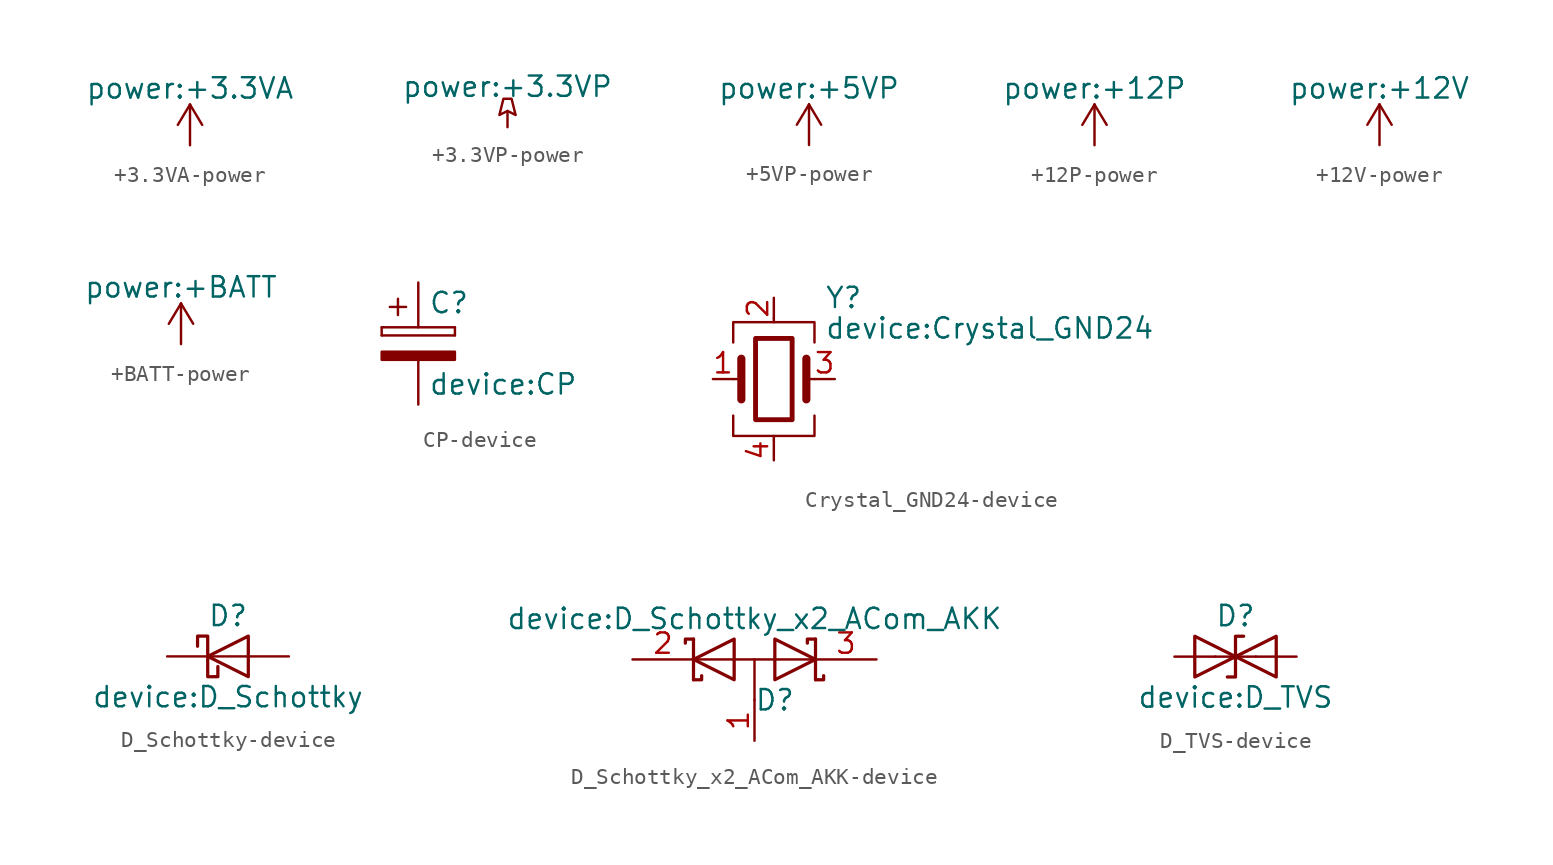
<source format=kicad_sym>
(kicad_symbol_lib
  (version 20241209)
  (generator "kicad_symbol_editor")
  (generator_version "9.0")
  (symbol "+3.3VA-power"
    (power)
    (pin_names
      (offset 0))
    (property "Reference" "#PWR"
      (at 0 -3.81 0)
      (effects (font (size 1.27 1.27)) (hide yes)))
    (property "Value" "power:+3.3VA"
      (at 0 3.556 0)
      (effects (font (size 1.27 1.27))))
    (symbol "+3.3VA-power_0_1"
      (polyline (pts (xy -0.762 1.27) (xy 0 2.54)) (stroke (width 0) (type solid)) (fill (type none)))
      (polyline (pts (xy 0 2.54) (xy 0.762 1.27)) (stroke (width 0) (type solid)) (fill (type none)))
      (polyline (pts (xy 0 0) (xy 0 2.54)) (stroke (width 0) (type solid)) (fill (type none))))
    (symbol "+3.3VA-power_1_1"
      (pin power_in line (at 0 0 90) (length 0) (hide yes) (name "+3.3VA" (effects (font (size 1.27 1.27)))) (number "1" (effects (font (size 1.27 1.27)))))))
  (symbol "+3.3VP-power"
    (power)
    (pin_names
      (offset 0))
    (property "Reference" "#PWR"
      (at 3.81 -1.27 0)
      (effects (font (size 1.27 1.27)) (hide yes)))
    (property "Value" "power:+3.3VP"
      (at 0 2.54 0)
      (effects (font (size 1.27 1.27))))
    (symbol "+3.3VP-power_0_0"
      (pin power_in line (at 0 0 90) (length 0) (hide yes) (name "+3.3VP" (effects (font (size 1.27 1.27)))) (number "1" (effects (font (size 1.27 1.27))))))
    (symbol "+3.3VP-power_0_1"
      (polyline (pts (xy 0 0) (xy 0 1.016) (xy 0 1.016)) (stroke (width 0) (type solid)) (fill (type none)))
      (polyline (pts (xy 0.508 0.762) (xy 0 1.016) (xy -0.508 0.762) (xy -0.254 1.778) (xy 0.254 1.778) (xy 0.508 0.762) (xy 0.508 0.762)) (stroke (width 0) (type solid)) (fill (type none)))))
  (symbol "+5VP-power"
    (power)
    (pin_names
      (offset 0))
    (property "Reference" "#PWR"
      (at 0 -3.81 0)
      (effects (font (size 1.27 1.27)) (hide yes)))
    (property "Value" "power:+5VP"
      (at 0 3.556 0)
      (effects (font (size 1.27 1.27))))
    (symbol "+5VP-power_0_1"
      (polyline (pts (xy -0.762 1.27) (xy 0 2.54)) (stroke (width 0) (type solid)) (fill (type none)))
      (polyline (pts (xy 0 2.54) (xy 0.762 1.27)) (stroke (width 0) (type solid)) (fill (type none)))
      (polyline (pts (xy 0 0) (xy 0 2.54)) (stroke (width 0) (type solid)) (fill (type none))))
    (symbol "+5VP-power_1_1"
      (pin power_in line (at 0 0 90) (length 0) (hide yes) (name "+5VP" (effects (font (size 1.27 1.27)))) (number "1" (effects (font (size 1.27 1.27)))))))
  (symbol "+12P-power"
    (power)
    (pin_names
      (offset 0))
    (property "Reference" "#PWR"
      (at 0 -3.81 0)
      (effects (font (size 1.27 1.27)) (hide yes)))
    (property "Value" "power:+12P"
      (at 0 3.556 0)
      (effects (font (size 1.27 1.27))))
    (symbol "+12P-power_0_1"
      (polyline (pts (xy -0.762 1.27) (xy 0 2.54)) (stroke (width 0) (type solid)) (fill (type none)))
      (polyline (pts (xy 0 2.54) (xy 0.762 1.27)) (stroke (width 0) (type solid)) (fill (type none)))
      (polyline (pts (xy 0 0) (xy 0 2.54)) (stroke (width 0) (type solid)) (fill (type none))))
    (symbol "+12P-power_1_1"
      (pin power_in line (at 0 0 90) (length 0) (hide yes) (name "+12P" (effects (font (size 1.27 1.27)))) (number "1" (effects (font (size 1.27 1.27)))))))
  (symbol "+12V-power"
    (power)
    (pin_names
      (offset 0))
    (property "Reference" "#PWR"
      (at 0 -3.81 0)
      (effects (font (size 1.27 1.27)) (hide yes)))
    (property "Value" "power:+12V"
      (at 0 3.556 0)
      (effects (font (size 1.27 1.27))))
    (symbol "+12V-power_0_1"
      (polyline (pts (xy -0.762 1.27) (xy 0 2.54)) (stroke (width 0) (type solid)) (fill (type none)))
      (polyline (pts (xy 0 2.54) (xy 0.762 1.27)) (stroke (width 0) (type solid)) (fill (type none)))
      (polyline (pts (xy 0 0) (xy 0 2.54)) (stroke (width 0) (type solid)) (fill (type none))))
    (symbol "+12V-power_1_1"
      (pin power_in line (at 0 0 90) (length 0) (hide yes) (name "+12V" (effects (font (size 1.27 1.27)))) (number "1" (effects (font (size 1.27 1.27)))))))
  (symbol "+BATT-power"
    (power)
    (pin_names
      (offset 0))
    (property "Reference" "#PWR"
      (at 0 -3.81 0)
      (effects (font (size 1.27 1.27)) (hide yes)))
    (property "Value" "power:+BATT"
      (at 0 3.556 0)
      (effects (font (size 1.27 1.27))))
    (symbol "+BATT-power_0_1"
      (polyline (pts (xy -0.762 1.27) (xy 0 2.54)) (stroke (width 0) (type solid)) (fill (type none)))
      (polyline (pts (xy 0 2.54) (xy 0.762 1.27)) (stroke (width 0) (type solid)) (fill (type none)))
      (polyline (pts (xy 0 0) (xy 0 2.54)) (stroke (width 0) (type solid)) (fill (type none))))
    (symbol "+BATT-power_1_1"
      (pin power_in line (at 0 0 90) (length 0) (hide yes) (name "+BATT" (effects (font (size 1.27 1.27)))) (number "1" (effects (font (size 1.27 1.27)))))))
  (symbol "CP-device"
    (pin_numbers
      (hide yes))
    (pin_names
      (offset 0.254))
    (property "Reference" "C"
      (at 0.635 2.54 0)
      (effects (font (size 1.27 1.27)) (justify left)))
    (property "Value" "device:CP"
      (at 0.635 -2.54 0)
      (effects (font (size 1.27 1.27)) (justify left)))
    (symbol "CP-device_0_1"
      (rectangle (start -2.286 0.508) (end -2.286 1.016) (stroke (width 0) (type solid)) (fill (type none)))
      (rectangle (start -2.286 0.508) (end 2.286 0.508) (stroke (width 0) (type solid)) (fill (type none)))
      (polyline (pts (xy -1.778 2.286) (xy -0.762 2.286)) (stroke (width 0) (type solid)) (fill (type none)))
      (polyline (pts (xy -1.27 2.794) (xy -1.27 1.778)) (stroke (width 0) (type solid)) (fill (type none)))
      (rectangle (start 2.286 1.016) (end -2.286 1.016) (stroke (width 0) (type solid)) (fill (type none)))
      (rectangle (start 2.286 1.016) (end 2.286 0.508) (stroke (width 0) (type solid)) (fill (type none)))
      (rectangle (start 2.286 -0.508) (end -2.286 -1.016) (stroke (width 0) (type solid)) (fill (type outline))))
    (symbol "CP-device_1_1"
      (pin passive line (at 0 3.81 270) (length 2.794) (name "~" (effects (font (size 1.27 1.27)))) (number "1" (effects (font (size 1.27 1.27)))))
      (pin passive line (at 0 -3.81 90) (length 2.794) (name "~" (effects (font (size 1.27 1.27)))) (number "2" (effects (font (size 1.27 1.27)))))))
  (symbol "Crystal_GND24-device"
    (pin_names
      (offset 1.016)
      (hide yes))
    (property "Reference" "Y"
      (at 3.175 5.08 0)
      (effects (font (size 1.27 1.27)) (justify left)))
    (property "Value" "device:Crystal_GND24"
      (at 3.175 3.175 0)
      (effects (font (size 1.27 1.27)) (justify left)))
    (symbol "Crystal_GND24-device_0_1"
      (polyline (pts (xy -2.54 2.286) (xy -2.54 3.556) (xy 2.54 3.556) (xy 2.54 2.286)) (stroke (width 0) (type solid)) (fill (type none)))
      (polyline (pts (xy -2.54 0) (xy -2.032 0)) (stroke (width 0) (type solid)) (fill (type none)))
      (polyline (pts (xy -2.54 -2.286) (xy -2.54 -3.556) (xy 2.54 -3.556) (xy 2.54 -2.286)) (stroke (width 0) (type solid)) (fill (type none)))
      (polyline (pts (xy -2.032 -1.27) (xy -2.032 1.27)) (stroke (width 0.508) (type solid)) (fill (type none)))
      (rectangle (start -1.143 2.54) (end 1.143 -2.54) (stroke (width 0.305) (type solid)) (fill (type none)))
      (polyline (pts (xy 0 3.556) (xy 0 3.81)) (stroke (width 0) (type solid)) (fill (type none)))
      (polyline (pts (xy 0 -3.81) (xy 0 -3.556)) (stroke (width 0) (type solid)) (fill (type none)))
      (polyline (pts (xy 2.032 0) (xy 2.54 0)) (stroke (width 0) (type solid)) (fill (type none)))
      (polyline (pts (xy 2.032 -1.27) (xy 2.032 1.27)) (stroke (width 0.508) (type solid)) (fill (type none))))
    (symbol "Crystal_GND24-device_1_1"
      (pin passive line (at -3.81 0 0) (length 1.27) (name "1" (effects (font (size 1.27 1.27)))) (number "1" (effects (font (size 1.27 1.27)))))
      (pin passive line (at 0 5.08 270) (length 1.27) (name "2" (effects (font (size 1.27 1.27)))) (number "2" (effects (font (size 1.27 1.27)))))
      (pin passive line (at 0 -5.08 90) (length 1.27) (name "4" (effects (font (size 1.27 1.27)))) (number "4" (effects (font (size 1.27 1.27)))))
      (pin passive line (at 3.81 0 180) (length 1.27) (name "3" (effects (font (size 1.27 1.27)))) (number "3" (effects (font (size 1.27 1.27)))))))
  (symbol "D_Schottky-device"
    (pin_numbers
      (hide yes))
    (pin_names
      (offset 1.016)
      (hide yes))
    (property "Reference" "D"
      (at 0 2.54 0)
      (effects (font (size 1.27 1.27))))
    (property "Value" "device:D_Schottky"
      (at 0 -2.54 0)
      (effects (font (size 1.27 1.27))))
    (symbol "D_Schottky-device_0_1"
      (polyline (pts (xy -1.905 0.635) (xy -1.905 1.27) (xy -1.27 1.27) (xy -1.27 -1.27) (xy -0.635 -1.27) (xy -0.635 -0.635)) (stroke (width 0.203) (type solid)) (fill (type none)))
      (polyline (pts (xy 1.27 1.27) (xy 1.27 -1.27) (xy -1.27 0) (xy 1.27 1.27)) (stroke (width 0.203) (type solid)) (fill (type none)))
      (polyline (pts (xy 1.27 0) (xy -1.27 0)) (stroke (width 0) (type solid)) (fill (type none))))
    (symbol "D_Schottky-device_1_1"
      (pin passive line (at -3.81 0 0) (length 2.54) (name "K" (effects (font (size 1.27 1.27)))) (number "1" (effects (font (size 1.27 1.27)))))
      (pin passive line (at 3.81 0 180) (length 2.54) (name "A" (effects (font (size 1.27 1.27)))) (number "2" (effects (font (size 1.27 1.27)))))))
  (symbol "D_Schottky_x2_ACom_AKK-device"
    (pin_names
      (offset 0.762)
      (hide yes))
    (property "Reference" "D"
      (at 1.27 -2.54 0)
      (effects (font (size 1.27 1.27))))
    (property "Value" "device:D_Schottky_x2_ACom_AKK"
      (at 0 2.54 0)
      (effects (font (size 1.27 1.27))))
    (symbol "D_Schottky_x2_ACom_AKK-device_0_1"
      (polyline (pts (xy -3.81 1.27) (xy -3.81 -1.27) (xy -3.81 -1.27)) (stroke (width 0.203) (type solid)) (fill (type none)))
      (polyline (pts (xy -3.81 1.27) (xy -4.318 1.27) (xy -4.318 1.016) (xy -4.318 1.016)) (stroke (width 0.203) (type solid)) (fill (type none)))
      (polyline (pts (xy -3.556 0) (xy 3.81 0)) (stroke (width 0) (type solid)) (fill (type none)))
      (polyline (pts (xy -3.302 -1.016) (xy -3.302 -1.27) (xy -3.81 -1.27) (xy -3.81 -1.27) (xy -3.81 -1.27)) (stroke (width 0.203) (type solid)) (fill (type none)))
      (polyline (pts (xy -1.27 -1.27) (xy -3.81 0) (xy -1.27 1.27) (xy -1.27 -1.27) (xy -1.27 -1.27) (xy -1.27 -1.27)) (stroke (width 0.203) (type solid)) (fill (type none)))
      (polyline (pts (xy 0 0) (xy 0 -2.54)) (stroke (width 0) (type solid)) (fill (type none)))
      (polyline (pts (xy 1.27 1.27) (xy 3.81 0) (xy 1.27 -1.27) (xy 1.27 1.27) (xy 1.27 1.27) (xy 1.27 1.27)) (stroke (width 0.203) (type solid)) (fill (type none)))
      (polyline (pts (xy 3.81 1.27) (xy 3.81 -1.27) (xy 3.81 -1.27)) (stroke (width 0.203) (type solid)) (fill (type none)))
      (polyline (pts (xy 3.81 1.27) (xy 3.302 1.27) (xy 3.302 1.016) (xy 3.302 1.016)) (stroke (width 0.203) (type solid)) (fill (type none)))
      (polyline (pts (xy 3.81 -1.27) (xy 4.318 -1.27) (xy 4.318 -1.016) (xy 4.318 -1.016)) (stroke (width 0.203) (type solid)) (fill (type none)))
      (pin passive line (at -7.62 0 0) (length 3.81) (name "K" (effects (font (size 1.27 1.27)))) (number "2" (effects (font (size 1.27 1.27)))))
      (pin passive line (at 0 -5.08 90) (length 2.54) (name "A" (effects (font (size 1.27 1.27)))) (number "1" (effects (font (size 1.27 1.27)))))
      (pin passive line (at 7.62 0 180) (length 3.81) (name "K" (effects (font (size 1.27 1.27)))) (number "3" (effects (font (size 1.27 1.27)))))))
  (symbol "D_TVS-device"
    (pin_numbers
      (hide yes))
    (pin_names
      (offset 1.016)
      (hide yes))
    (property "Reference" "D"
      (at 0 2.54 0)
      (effects (font (size 1.27 1.27))))
    (property "Value" "device:D_TVS"
      (at 0 -2.54 0)
      (effects (font (size 1.27 1.27))))
    (symbol "D_TVS-device_0_1"
      (polyline (pts (xy -2.54 -1.27) (xy 0 0) (xy -2.54 1.27) (xy -2.54 -1.27)) (stroke (width 0.203) (type solid)) (fill (type none)))
      (polyline (pts (xy 0.508 1.27) (xy 0 1.27) (xy 0 -1.27) (xy -0.508 -1.27)) (stroke (width 0.203) (type solid)) (fill (type none)))
      (polyline (pts (xy 1.27 0) (xy -1.27 0)) (stroke (width 0) (type solid)) (fill (type none)))
      (polyline (pts (xy 2.54 1.27) (xy 2.54 -1.27) (xy 0 0) (xy 2.54 1.27)) (stroke (width 0.203) (type solid)) (fill (type none))))
    (symbol "D_TVS-device_1_1"
      (pin passive line (at -3.81 0 0) (length 2.54) (name "A1" (effects (font (size 1.27 1.27)))) (number "1" (effects (font (size 1.27 1.27)))))
      (pin passive line (at 3.81 0 180) (length 2.54) (name "A2" (effects (font (size 1.27 1.27)))) (number "2" (effects (font (size 1.27 1.27))))))))
</source>
